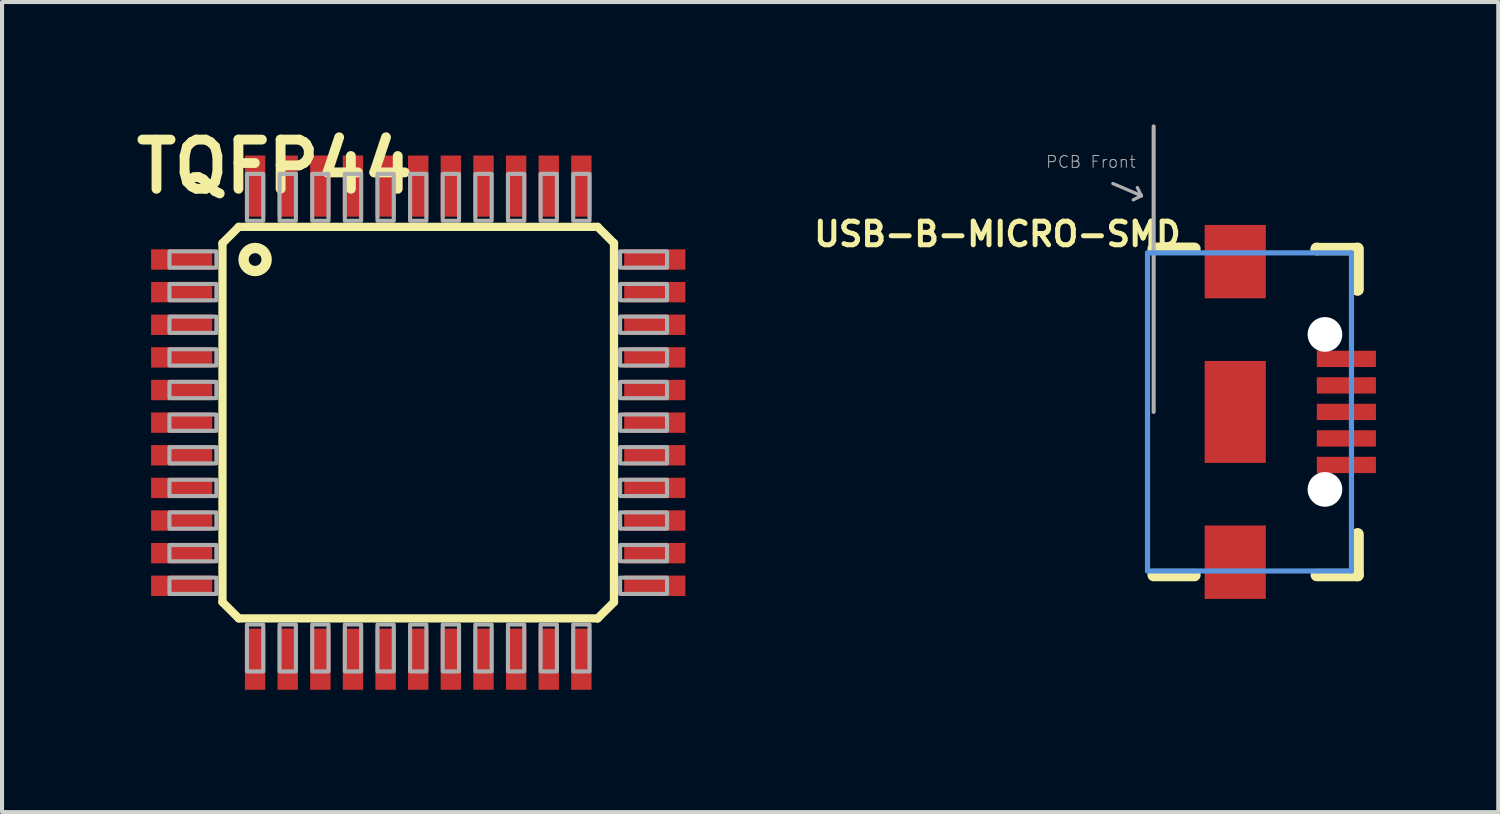
<source format=kicad_pcb>
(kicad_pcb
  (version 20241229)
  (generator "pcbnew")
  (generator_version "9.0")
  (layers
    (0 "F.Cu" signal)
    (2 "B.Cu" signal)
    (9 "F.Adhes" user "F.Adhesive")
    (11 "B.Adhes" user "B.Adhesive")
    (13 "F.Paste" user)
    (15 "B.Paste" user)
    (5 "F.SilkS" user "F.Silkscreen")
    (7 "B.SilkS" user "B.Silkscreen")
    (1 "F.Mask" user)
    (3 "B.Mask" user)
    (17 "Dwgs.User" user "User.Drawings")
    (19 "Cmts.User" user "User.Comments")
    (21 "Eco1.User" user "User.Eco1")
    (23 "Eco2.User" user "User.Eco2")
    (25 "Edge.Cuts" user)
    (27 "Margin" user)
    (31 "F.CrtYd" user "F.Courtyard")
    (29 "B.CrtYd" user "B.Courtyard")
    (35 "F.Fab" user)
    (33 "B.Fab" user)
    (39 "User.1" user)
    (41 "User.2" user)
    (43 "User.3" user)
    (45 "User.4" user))
  (footprint "TQFP44"
    (layer "F.Cu")
    (at 7.205 7.313)
    (property "Reference" "TQFP44" (at 0 -6.985 180) (layer "F.SilkS") (effects (font (size 1.206 1.206) (thickness 0.241)) (justify right top)))
    (attr through_hole)
    (fp_line (start -4.8 -4.4) (end -4.4 -4.8) (stroke (width 0.203) (type solid)) (layer "F.SilkS"))
    (fp_line (start -4.8 4.4) (end -4.8 -4.4) (stroke (width 0.203) (type solid)) (layer "F.SilkS"))
    (fp_line (start -4.4 -4.8) (end 4.4 -4.8) (stroke (width 0.203) (type solid)) (layer "F.SilkS"))
    (fp_line (start -4.4 4.8) (end -4.8 4.4) (stroke (width 0.203) (type solid)) (layer "F.SilkS"))
    (fp_line (start 4.4 -4.8) (end 4.8 -4.4) (stroke (width 0.203) (type solid)) (layer "F.SilkS"))
    (fp_line (start 4.4 4.8) (end -4.4 4.8) (stroke (width 0.203) (type solid)) (layer "F.SilkS"))
    (fp_line (start 4.8 -4.4) (end 4.8 4.4) (stroke (width 0.203) (type solid)) (layer "F.SilkS"))
    (fp_line (start 4.8 4.4) (end 4.4 4.8) (stroke (width 0.203) (type solid)) (layer "F.SilkS"))
    (fp_circle (center -4 -4) (end -3.717 -4) (stroke (width 0.254) (type solid)) (fill no) (layer "F.SilkS"))
    (fp_poly (pts (xy -6.1 -3.8) (xy -4.95 -3.8) (xy -4.95 -4.2) (xy -6.1 -4.2)) (stroke (width 0.1) (type solid)) (fill no) (layer "F.Fab"))
    (fp_poly (pts (xy -6.1 -3) (xy -4.95 -3) (xy -4.95 -3.4) (xy -6.1 -3.4)) (stroke (width 0.1) (type solid)) (fill no) (layer "F.Fab"))
    (fp_poly (pts (xy -6.1 -2.2) (xy -4.95 -2.2) (xy -4.95 -2.6) (xy -6.1 -2.6)) (stroke (width 0.1) (type solid)) (fill no) (layer "F.Fab"))
    (fp_poly (pts (xy -6.1 -1.4) (xy -4.95 -1.4) (xy -4.95 -1.8) (xy -6.1 -1.8)) (stroke (width 0.1) (type solid)) (fill no) (layer "F.Fab"))
    (fp_poly (pts (xy -6.1 -0.6) (xy -4.95 -0.6) (xy -4.95 -1) (xy -6.1 -1)) (stroke (width 0.1) (type solid)) (fill no) (layer "F.Fab"))
    (fp_poly (pts (xy -6.1 0.2) (xy -4.95 0.2) (xy -4.95 -0.2) (xy -6.1 -0.2)) (stroke (width 0.1) (type solid)) (fill no) (layer "F.Fab"))
    (fp_poly (pts (xy -6.1 1) (xy -4.95 1) (xy -4.95 0.6) (xy -6.1 0.6)) (stroke (width 0.1) (type solid)) (fill no) (layer "F.Fab"))
    (fp_poly (pts (xy -6.1 1.8) (xy -4.95 1.8) (xy -4.95 1.4) (xy -6.1 1.4)) (stroke (width 0.1) (type solid)) (fill no) (layer "F.Fab"))
    (fp_poly (pts (xy -6.1 2.6) (xy -4.95 2.6) (xy -4.95 2.2) (xy -6.1 2.2)) (stroke (width 0.1) (type solid)) (fill no) (layer "F.Fab"))
    (fp_poly (pts (xy -6.1 3.4) (xy -4.95 3.4) (xy -4.95 3) (xy -6.1 3)) (stroke (width 0.1) (type solid)) (fill no) (layer "F.Fab"))
    (fp_poly (pts (xy -6.1 4.2) (xy -4.95 4.2) (xy -4.95 3.8) (xy -6.1 3.8)) (stroke (width 0.1) (type solid)) (fill no) (layer "F.Fab"))
    (fp_poly (pts (xy -4.2 -4.95) (xy -3.8 -4.95) (xy -3.8 -6.1) (xy -4.2 -6.1)) (stroke (width 0.1) (type solid)) (fill no) (layer "F.Fab"))
    (fp_poly (pts (xy -4.2 6.1) (xy -3.8 6.1) (xy -3.8 4.95) (xy -4.2 4.95)) (stroke (width 0.1) (type solid)) (fill no) (layer "F.Fab"))
    (fp_poly (pts (xy -3.4 -4.95) (xy -3 -4.95) (xy -3 -6.1) (xy -3.4 -6.1)) (stroke (width 0.1) (type solid)) (fill no) (layer "F.Fab"))
    (fp_poly (pts (xy -3.4 6.1) (xy -3 6.1) (xy -3 4.95) (xy -3.4 4.95)) (stroke (width 0.1) (type solid)) (fill no) (layer "F.Fab"))
    (fp_poly (pts (xy -2.6 -4.95) (xy -2.2 -4.95) (xy -2.2 -6.1) (xy -2.6 -6.1)) (stroke (width 0.1) (type solid)) (fill no) (layer "F.Fab"))
    (fp_poly (pts (xy -2.6 6.1) (xy -2.2 6.1) (xy -2.2 4.95) (xy -2.6 4.95)) (stroke (width 0.1) (type solid)) (fill no) (layer "F.Fab"))
    (fp_poly (pts (xy -1.8 -4.95) (xy -1.4 -4.95) (xy -1.4 -6.1) (xy -1.8 -6.1)) (stroke (width 0.1) (type solid)) (fill no) (layer "F.Fab"))
    (fp_poly (pts (xy -1.8 6.1) (xy -1.4 6.1) (xy -1.4 4.95) (xy -1.8 4.95)) (stroke (width 0.1) (type solid)) (fill no) (layer "F.Fab"))
    (fp_poly (pts (xy -1 -4.95) (xy -0.6 -4.95) (xy -0.6 -6.1) (xy -1 -6.1)) (stroke (width 0.1) (type solid)) (fill no) (layer "F.Fab"))
    (fp_poly (pts (xy -1 6.1) (xy -0.6 6.1) (xy -0.6 4.95) (xy -1 4.95)) (stroke (width 0.1) (type solid)) (fill no) (layer "F.Fab"))
    (fp_poly (pts (xy -0.2 -4.95) (xy 0.2 -4.95) (xy 0.2 -6.1) (xy -0.2 -6.1)) (stroke (width 0.1) (type solid)) (fill no) (layer "F.Fab"))
    (fp_poly (pts (xy -0.2 6.1) (xy 0.2 6.1) (xy 0.2 4.95) (xy -0.2 4.95)) (stroke (width 0.1) (type solid)) (fill no) (layer "F.Fab"))
    (fp_poly (pts (xy 0.6 -4.95) (xy 1 -4.95) (xy 1 -6.1) (xy 0.6 -6.1)) (stroke (width 0.1) (type solid)) (fill no) (layer "F.Fab"))
    (fp_poly (pts (xy 0.6 6.1) (xy 1 6.1) (xy 1 4.95) (xy 0.6 4.95)) (stroke (width 0.1) (type solid)) (fill no) (layer "F.Fab"))
    (fp_poly (pts (xy 1.4 -4.95) (xy 1.8 -4.95) (xy 1.8 -6.1) (xy 1.4 -6.1)) (stroke (width 0.1) (type solid)) (fill no) (layer "F.Fab"))
    (fp_poly (pts (xy 1.4 6.1) (xy 1.8 6.1) (xy 1.8 4.95) (xy 1.4 4.95)) (stroke (width 0.1) (type solid)) (fill no) (layer "F.Fab"))
    (fp_poly (pts (xy 2.2 -4.95) (xy 2.6 -4.95) (xy 2.6 -6.1) (xy 2.2 -6.1)) (stroke (width 0.1) (type solid)) (fill no) (layer "F.Fab"))
    (fp_poly (pts (xy 2.2 6.1) (xy 2.6 6.1) (xy 2.6 4.95) (xy 2.2 4.95)) (stroke (width 0.1) (type solid)) (fill no) (layer "F.Fab"))
    (fp_poly (pts (xy 3 -4.95) (xy 3.4 -4.95) (xy 3.4 -6.1) (xy 3 -6.1)) (stroke (width 0.1) (type solid)) (fill no) (layer "F.Fab"))
    (fp_poly (pts (xy 3 6.1) (xy 3.4 6.1) (xy 3.4 4.95) (xy 3 4.95)) (stroke (width 0.1) (type solid)) (fill no) (layer "F.Fab"))
    (fp_poly (pts (xy 3.8 -4.95) (xy 4.2 -4.95) (xy 4.2 -6.1) (xy 3.8 -6.1)) (stroke (width 0.1) (type solid)) (fill no) (layer "F.Fab"))
    (fp_poly (pts (xy 3.8 6.1) (xy 4.2 6.1) (xy 4.2 4.95) (xy 3.8 4.95)) (stroke (width 0.1) (type solid)) (fill no) (layer "F.Fab"))
    (fp_poly (pts (xy 4.95 -3.8) (xy 6.1 -3.8) (xy 6.1 -4.2) (xy 4.95 -4.2)) (stroke (width 0.1) (type solid)) (fill no) (layer "F.Fab"))
    (fp_poly (pts (xy 4.95 -3) (xy 6.1 -3) (xy 6.1 -3.4) (xy 4.95 -3.4)) (stroke (width 0.1) (type solid)) (fill no) (layer "F.Fab"))
    (fp_poly (pts (xy 4.95 -2.2) (xy 6.1 -2.2) (xy 6.1 -2.6) (xy 4.95 -2.6)) (stroke (width 0.1) (type solid)) (fill no) (layer "F.Fab"))
    (fp_poly (pts (xy 4.95 -1.4) (xy 6.1 -1.4) (xy 6.1 -1.8) (xy 4.95 -1.8)) (stroke (width 0.1) (type solid)) (fill no) (layer "F.Fab"))
    (fp_poly (pts (xy 4.95 -0.6) (xy 6.1 -0.6) (xy 6.1 -1) (xy 4.95 -1)) (stroke (width 0.1) (type solid)) (fill no) (layer "F.Fab"))
    (fp_poly (pts (xy 4.95 0.2) (xy 6.1 0.2) (xy 6.1 -0.2) (xy 4.95 -0.2)) (stroke (width 0.1) (type solid)) (fill no) (layer "F.Fab"))
    (fp_poly (pts (xy 4.95 1) (xy 6.1 1) (xy 6.1 0.6) (xy 4.95 0.6)) (stroke (width 0.1) (type solid)) (fill no) (layer "F.Fab"))
    (fp_poly (pts (xy 4.95 1.8) (xy 6.1 1.8) (xy 6.1 1.4) (xy 4.95 1.4)) (stroke (width 0.1) (type solid)) (fill no) (layer "F.Fab"))
    (fp_poly (pts (xy 4.95 2.6) (xy 6.1 2.6) (xy 6.1 2.2) (xy 4.95 2.2)) (stroke (width 0.1) (type solid)) (fill no) (layer "F.Fab"))
    (fp_poly (pts (xy 4.95 3.4) (xy 6.1 3.4) (xy 6.1 3) (xy 4.95 3)) (stroke (width 0.1) (type solid)) (fill no) (layer "F.Fab"))
    (fp_poly (pts (xy 4.95 4.2) (xy 6.1 4.2) (xy 6.1 3.8) (xy 4.95 3.8)) (stroke (width 0.1) (type solid)) (fill no) (layer "F.Fab"))
    (pad "1" smd rect (at -5.8 -4) (size 1.5 0.5) (layers "F.Cu" "F.Mask" "F.Paste"))
    (pad "2" smd rect (at -5.8 -3.2) (size 1.5 0.5) (layers "F.Cu" "F.Mask" "F.Paste"))
    (pad "3" smd rect (at -5.8 -2.4) (size 1.5 0.5) (layers "F.Cu" "F.Mask" "F.Paste"))
    (pad "4" smd rect (at -5.8 -1.6) (size 1.5 0.5) (layers "F.Cu" "F.Mask" "F.Paste"))
    (pad "5" smd rect (at -5.8 -0.8) (size 1.5 0.5) (layers "F.Cu" "F.Mask" "F.Paste"))
    (pad "6" smd rect (at -5.8 0) (size 1.5 0.5) (layers "F.Cu" "F.Mask" "F.Paste"))
    (pad "7" smd rect (at -5.8 0.8) (size 1.5 0.5) (layers "F.Cu" "F.Mask" "F.Paste"))
    (pad "8" smd rect (at -5.8 1.6) (size 1.5 0.5) (layers "F.Cu" "F.Mask" "F.Paste"))
    (pad "9" smd rect (at -5.8 2.4) (size 1.5 0.5) (layers "F.Cu" "F.Mask" "F.Paste"))
    (pad "10" smd rect (at -5.8 3.2) (size 1.5 0.5) (layers "F.Cu" "F.Mask" "F.Paste"))
    (pad "11" smd rect (at -5.8 4) (size 1.5 0.5) (layers "F.Cu" "F.Mask" "F.Paste"))
    (pad "12" smd rect (at -4 5.8) (size 0.5 1.5) (layers "F.Cu" "F.Mask" "F.Paste"))
    (pad "13" smd rect (at -3.2 5.8) (size 0.5 1.5) (layers "F.Cu" "F.Mask" "F.Paste"))
    (pad "14" smd rect (at -2.4 5.8) (size 0.5 1.5) (layers "F.Cu" "F.Mask" "F.Paste"))
    (pad "15" smd rect (at -1.6 5.8) (size 0.5 1.5) (layers "F.Cu" "F.Mask" "F.Paste"))
    (pad "16" smd rect (at -0.8 5.8) (size 0.5 1.5) (layers "F.Cu" "F.Mask" "F.Paste"))
    (pad "17" smd rect (at 0 5.8) (size 0.5 1.5) (layers "F.Cu" "F.Mask" "F.Paste"))
    (pad "18" smd rect (at 0.8 5.8) (size 0.5 1.5) (layers "F.Cu" "F.Mask" "F.Paste"))
    (pad "19" smd rect (at 1.6 5.8) (size 0.5 1.5) (layers "F.Cu" "F.Mask" "F.Paste"))
    (pad "20" smd rect (at 2.4 5.8) (size 0.5 1.5) (layers "F.Cu" "F.Mask" "F.Paste"))
    (pad "21" smd rect (at 3.2 5.8) (size 0.5 1.5) (layers "F.Cu" "F.Mask" "F.Paste"))
    (pad "22" smd rect (at 4 5.8) (size 0.5 1.5) (layers "F.Cu" "F.Mask" "F.Paste"))
    (pad "23" smd rect (at 5.8 4) (size 1.5 0.5) (layers "F.Cu" "F.Mask" "F.Paste"))
    (pad "24" smd rect (at 5.8 3.2) (size 1.5 0.5) (layers "F.Cu" "F.Mask" "F.Paste"))
    (pad "25" smd rect (at 5.8 2.4) (size 1.5 0.5) (layers "F.Cu" "F.Mask" "F.Paste"))
    (pad "26" smd rect (at 5.8 1.6) (size 1.5 0.5) (layers "F.Cu" "F.Mask" "F.Paste"))
    (pad "27" smd rect (at 5.8 0.8) (size 1.5 0.5) (layers "F.Cu" "F.Mask" "F.Paste"))
    (pad "28" smd rect (at 5.8 0) (size 1.5 0.5) (layers "F.Cu" "F.Mask" "F.Paste"))
    (pad "29" smd rect (at 5.8 -0.8) (size 1.5 0.5) (layers "F.Cu" "F.Mask" "F.Paste"))
    (pad "30" smd rect (at 5.8 -1.6) (size 1.5 0.5) (layers "F.Cu" "F.Mask" "F.Paste"))
    (pad "31" smd rect (at 5.8 -2.4) (size 1.5 0.5) (layers "F.Cu" "F.Mask" "F.Paste"))
    (pad "32" smd rect (at 5.8 -3.2) (size 1.5 0.5) (layers "F.Cu" "F.Mask" "F.Paste"))
    (pad "33" smd rect (at 5.8 -4) (size 1.5 0.5) (layers "F.Cu" "F.Mask" "F.Paste"))
    (pad "34" smd rect (at 4 -5.8) (size 0.5 1.5) (layers "F.Cu" "F.Mask" "F.Paste"))
    (pad "35" smd rect (at 3.2 -5.8) (size 0.5 1.5) (layers "F.Cu" "F.Mask" "F.Paste"))
    (pad "36" smd rect (at 2.4 -5.8) (size 0.5 1.5) (layers "F.Cu" "F.Mask" "F.Paste"))
    (pad "37" smd rect (at 1.6 -5.8) (size 0.5 1.5) (layers "F.Cu" "F.Mask" "F.Paste"))
    (pad "38" smd rect (at 0.8 -5.8) (size 0.5 1.5) (layers "F.Cu" "F.Mask" "F.Paste"))
    (pad "39" smd rect (at 0 -5.8) (size 0.5 1.5) (layers "F.Cu" "F.Mask" "F.Paste"))
    (pad "40" smd rect (at -0.8 -5.8) (size 0.5 1.5) (layers "F.Cu" "F.Mask" "F.Paste"))
    (pad "41" smd rect (at -1.6 -5.8) (size 0.5 1.5) (layers "F.Cu" "F.Mask" "F.Paste"))
    (pad "42" smd rect (at -2.4 -5.8) (size 0.5 1.5) (layers "F.Cu" "F.Mask" "F.Paste"))
    (pad "43" smd rect (at -3.2 -5.8) (size 0.5 1.5) (layers "F.Cu" "F.Mask" "F.Paste"))
    (pad "44" smd rect (at -4 -5.8) (size 0.5 1.5) (layers "F.Cu" "F.Mask" "F.Paste")))
  (footprint "USB-B-MICRO-SMD"
    (layer "F.Cu")
    (at 27.237 7.05)
    (property "Reference" "USB-B-MICRO-SMD" (at -1.27 -4.699 0) (layer "F.SilkS") (effects (font (size 0.579 0.579) (thickness 0.122)) (justify right top)))
    (attr through_hole)
    (fp_poly (pts (xy -0.85 -2.684) (xy 0.85 -2.684) (xy 0.85 -4.684) (xy -0.85 -4.684)) (stroke (width 0) (type solid)) (fill yes) (layer "F.Mask"))
    (fp_poly (pts (xy -0.85 1.35) (xy 0.85 1.35) (xy 0.85 -1.35) (xy -0.85 -1.35)) (stroke (width 0) (type solid)) (fill yes) (layer "F.Mask"))
    (fp_poly (pts (xy -0.85 4.684) (xy 0.85 4.684) (xy 0.85 2.684) (xy -0.85 2.684)) (stroke (width 0) (type solid)) (fill yes) (layer "F.Mask"))
    (fp_line (start -1 -4) (end -2 -4) (stroke (width 0.305) (type solid)) (layer "F.SilkS"))
    (fp_line (start -1 4) (end -2 4) (stroke (width 0.305) (type solid)) (layer "F.SilkS"))
    (fp_line (start 2 -3.993) (end 2 -4) (stroke (width 0.305) (type solid)) (layer "F.SilkS"))
    (fp_line (start 2 4) (end 3 4) (stroke (width 0.305) (type solid)) (layer "F.SilkS"))
    (fp_line (start 2.982 -3.993) (end 2 -3.993) (stroke (width 0.305) (type solid)) (layer "F.SilkS"))
    (fp_line (start 3 -4) (end 3 -3) (stroke (width 0.305) (type solid)) (layer "F.SilkS"))
    (fp_line (start 3 4) (end 3 3) (stroke (width 0.305) (type solid)) (layer "F.SilkS"))
    (fp_poly (pts (xy -0.75 -2.784) (xy 0.75 -2.784) (xy 0.75 -4.584) (xy -0.75 -4.584)) (stroke (width 0) (type solid)) (fill yes) (layer "F.Paste"))
    (fp_poly (pts (xy -0.75 4.584) (xy 0.75 4.584) (xy 0.75 2.784) (xy -0.75 2.784)) (stroke (width 0) (type solid)) (fill yes) (layer "F.Paste"))
    (fp_poly (pts (xy -0.35 0.75) (xy 0.35 0.75) (xy 0.35 -0.75) (xy -0.35 -0.75)) (stroke (width 0) (type solid)) (fill yes) (layer "F.Paste"))
    (fp_line (start -2.15 -3.9) (end -2.15 3.9) (stroke (width 0.127) (type solid)) (layer "Cmts.User"))
    (fp_line (start 2.85 -3.9) (end -2.15 -3.9) (stroke (width 0.127) (type solid)) (layer "Cmts.User"))
    (fp_line (start 2.85 -3.9) (end 2.85 3.9) (stroke (width 0.127) (type solid)) (layer "Cmts.User"))
    (fp_line (start 2.85 3.9) (end -2.15 3.9) (stroke (width 0.127) (type solid)) (layer "Cmts.User"))
    (fp_line (start -3 -5.6) (end -2.3 -5.3) (stroke (width 0.08) (type solid)) (layer "F.Fab"))
    (fp_line (start -2.3 -5.3) (end -2.5 -5.2) (stroke (width 0.08) (type solid)) (layer "F.Fab"))
    (fp_line (start -2.3 -5.3) (end -2.4 -5.5) (stroke (width 0.08) (type solid)) (layer "F.Fab"))
    (fp_line (start -2 -7) (end -2 0) (stroke (width 0.1) (type solid)) (layer "F.Fab"))
    (fp_text user "PCB Front" (at -4.66 -5.96 0) (layer "F.Fab") (effects (font (size 0.29 0.29) (thickness 0.024)) (justify left bottom)))
    (pad "" np_thru_hole circle (at 2.2 -1.9) (size 0.85 0.85) (drill 0.85) (layers "*.Cu"))
    (pad "" np_thru_hole circle (at 2.2 1.9) (size 0.85 0.85) (drill 0.85) (layers "*.Cu"))
    (pad "D+" smd rect (at 2.725 0 90) (size 0.4 1.45) (layers "F.Cu" "F.Mask" "F.Paste"))
    (pad "D-" smd rect (at 2.725 -0.65 90) (size 0.4 1.45) (layers "F.Cu" "F.Mask" "F.Paste"))
    (pad "GND" smd rect (at 2.725 1.3 90) (size 0.4 1.45) (layers "F.Cu" "F.Mask" "F.Paste"))
    (pad "ID" smd rect (at 2.725 0.65 90) (size 0.4 1.45) (layers "F.Cu" "F.Mask" "F.Paste"))
    (pad "SHIELD1" smd rect (at 0 -3.685 90) (size 1.8 1.5) (layers "F.Cu" "F.Mask"))
    (pad "SHIELD2" smd rect (at 0 3.685 90) (size 1.8 1.5) (layers "F.Cu" "F.Mask"))
    (pad "SHIELD3" smd rect (at 0 0 90) (size 2.5 1.5) (layers "F.Cu" "F.Mask"))
    (pad "VBUS" smd rect (at 2.725 -1.3 90) (size 0.4 1.45) (layers "F.Cu" "F.Mask" "F.Paste")))
  (gr_rect
    (start -3 -3)
    (end 33.687 16.863)
    (stroke (width 0.1) (type default))
    (fill no)
    (layer "Edge.Cuts")))
</source>
